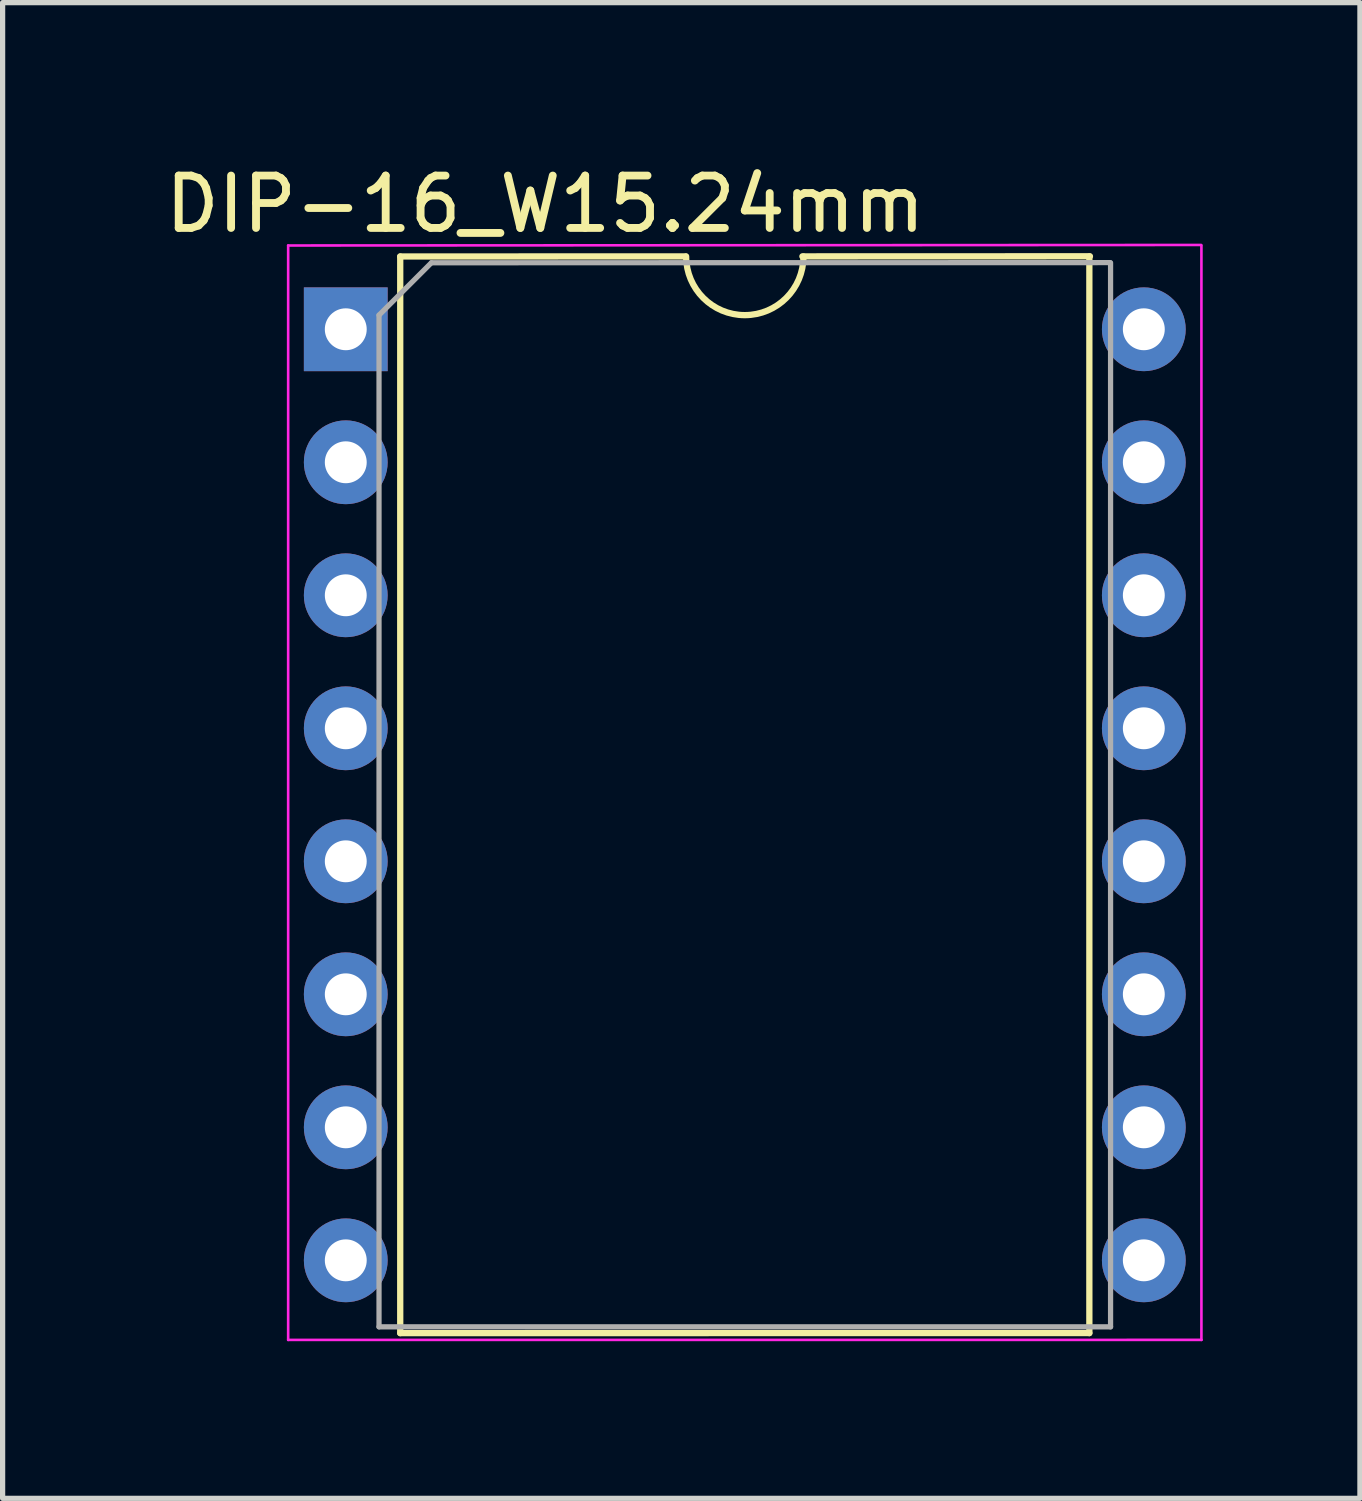
<source format=kicad_pcb>
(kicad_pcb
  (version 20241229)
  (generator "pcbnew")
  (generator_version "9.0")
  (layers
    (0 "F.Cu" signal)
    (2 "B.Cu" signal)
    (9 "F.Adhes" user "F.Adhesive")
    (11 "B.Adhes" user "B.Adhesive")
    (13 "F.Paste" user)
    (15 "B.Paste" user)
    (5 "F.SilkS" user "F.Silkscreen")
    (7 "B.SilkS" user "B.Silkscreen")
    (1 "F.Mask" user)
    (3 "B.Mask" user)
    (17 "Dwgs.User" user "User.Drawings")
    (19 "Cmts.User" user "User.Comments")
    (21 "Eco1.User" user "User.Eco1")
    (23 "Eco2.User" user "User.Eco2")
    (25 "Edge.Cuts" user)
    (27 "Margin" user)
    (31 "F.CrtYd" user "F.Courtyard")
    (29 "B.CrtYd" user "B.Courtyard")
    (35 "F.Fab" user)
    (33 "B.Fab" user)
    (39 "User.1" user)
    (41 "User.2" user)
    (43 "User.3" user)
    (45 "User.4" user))
  (footprint "DIP-16_W15.24mm"
    (layer "F.Cu")
    (at 3.553 3.238)
    (property "Reference" "DIP-16_W15.24mm" (at 3.81 -2.39 0) (layer "F.SilkS") (effects (font (size 1 1) (thickness 0.15))))
    (attr through_hole)
    (fp_line (start 1.04 -1.39) (end 1.04 19.17) (stroke (width 0.12) (type solid)) (layer "F.SilkS"))
    (fp_line (start 1.04 19.17) (end 14.199 19.169) (stroke (width 0.12) (type solid)) (layer "F.SilkS"))
    (fp_line (start 6.49 -1.392) (end 1.04 -1.39) (stroke (width 0.12) (type solid)) (layer "F.SilkS"))
    (fp_line (start 14.2 19.17) (end 14.2 -1.39) (stroke (width 0.12) (type solid)) (layer "F.SilkS"))
    (fp_line (start 14.211 -1.394) (end 8.72 -1.392) (stroke (width 0.12) (type solid)) (layer "F.SilkS"))
    (fp_arc (start 8.74 -1.39) (mid 7.62 -0.27) (end 6.5 -1.39) (stroke (width 0.12) (type solid)) (layer "F.SilkS"))
    (fp_line (start -1.1 -1.6) (end -1.1 19.3) (stroke (width 0.05) (type solid)) (layer "F.CrtYd"))
    (fp_line (start -1.1 19.3) (end 16.342 19.299) (stroke (width 0.05) (type solid)) (layer "F.CrtYd"))
    (fp_line (start 16.335 -1.61) (end -1.1 -1.6) (stroke (width 0.05) (type solid)) (layer "F.CrtYd"))
    (fp_line (start 16.34 19.3) (end 16.34 -1.6) (stroke (width 0.05) (type solid)) (layer "F.CrtYd"))
    (fp_line (start 0.635 -0.27) (end 1.635 -1.27) (stroke (width 0.1) (type solid)) (layer "F.Fab"))
    (fp_line (start 0.635 19.05) (end 0.635 -0.27) (stroke (width 0.1) (type solid)) (layer "F.Fab"))
    (fp_line (start 1.635 -1.27) (end 14.595 -1.273) (stroke (width 0.1) (type solid)) (layer "F.Fab"))
    (fp_line (start 14.605 -1.27) (end 14.605 19.05) (stroke (width 0.1) (type solid)) (layer "F.Fab"))
    (fp_line (start 14.605 19.05) (end 0.635 19.05) (stroke (width 0.1) (type solid)) (layer "F.Fab"))
    (pad "1" thru_hole rect (at 0 0) (size 1.6 1.6) (drill 0.8) (layers "*.Cu" "*.Mask"))
    (pad "2" thru_hole oval (at 0 2.54) (size 1.6 1.6) (drill 0.8) (layers "*.Cu" "*.Mask"))
    (pad "3" thru_hole oval (at 0 5.08) (size 1.6 1.6) (drill 0.8) (layers "*.Cu" "*.Mask"))
    (pad "4" thru_hole oval (at 0 7.62) (size 1.6 1.6) (drill 0.8) (layers "*.Cu" "*.Mask"))
    (pad "5" thru_hole oval (at 0 10.16) (size 1.6 1.6) (drill 0.8) (layers "*.Cu" "*.Mask"))
    (pad "6" thru_hole oval (at 0 12.7) (size 1.6 1.6) (drill 0.8) (layers "*.Cu" "*.Mask"))
    (pad "7" thru_hole oval (at 0 15.24) (size 1.6 1.6) (drill 0.8) (layers "*.Cu" "*.Mask"))
    (pad "8" thru_hole oval (at 0 17.78) (size 1.6 1.6) (drill 0.8) (layers "*.Cu" "*.Mask"))
    (pad "9" thru_hole oval (at 15.24 17.78) (size 1.6 1.6) (drill 0.8) (layers "*.Cu" "*.Mask"))
    (pad "10" thru_hole oval (at 15.24 15.24) (size 1.6 1.6) (drill 0.8) (layers "*.Cu" "*.Mask"))
    (pad "11" thru_hole oval (at 15.24 12.7) (size 1.6 1.6) (drill 0.8) (layers "*.Cu" "*.Mask"))
    (pad "12" thru_hole oval (at 15.24 10.16) (size 1.6 1.6) (drill 0.8) (layers "*.Cu" "*.Mask"))
    (pad "13" thru_hole oval (at 15.24 7.62) (size 1.6 1.6) (drill 0.8) (layers "*.Cu" "*.Mask"))
    (pad "14" thru_hole oval (at 15.24 5.08) (size 1.6 1.6) (drill 0.8) (layers "*.Cu" "*.Mask"))
    (pad "15" thru_hole oval (at 15.24 2.54) (size 1.6 1.6) (drill 0.8) (layers "*.Cu" "*.Mask"))
    (pad "16" thru_hole oval (at 15.24 0) (size 1.6 1.6) (drill 0.8) (layers "*.Cu" "*.Mask")))
  (gr_rect
    (start -3 -3)
    (end 22.92 25.563)
    (stroke (width 0.1) (type default))
    (fill no)
    (layer "Edge.Cuts")))
</source>
